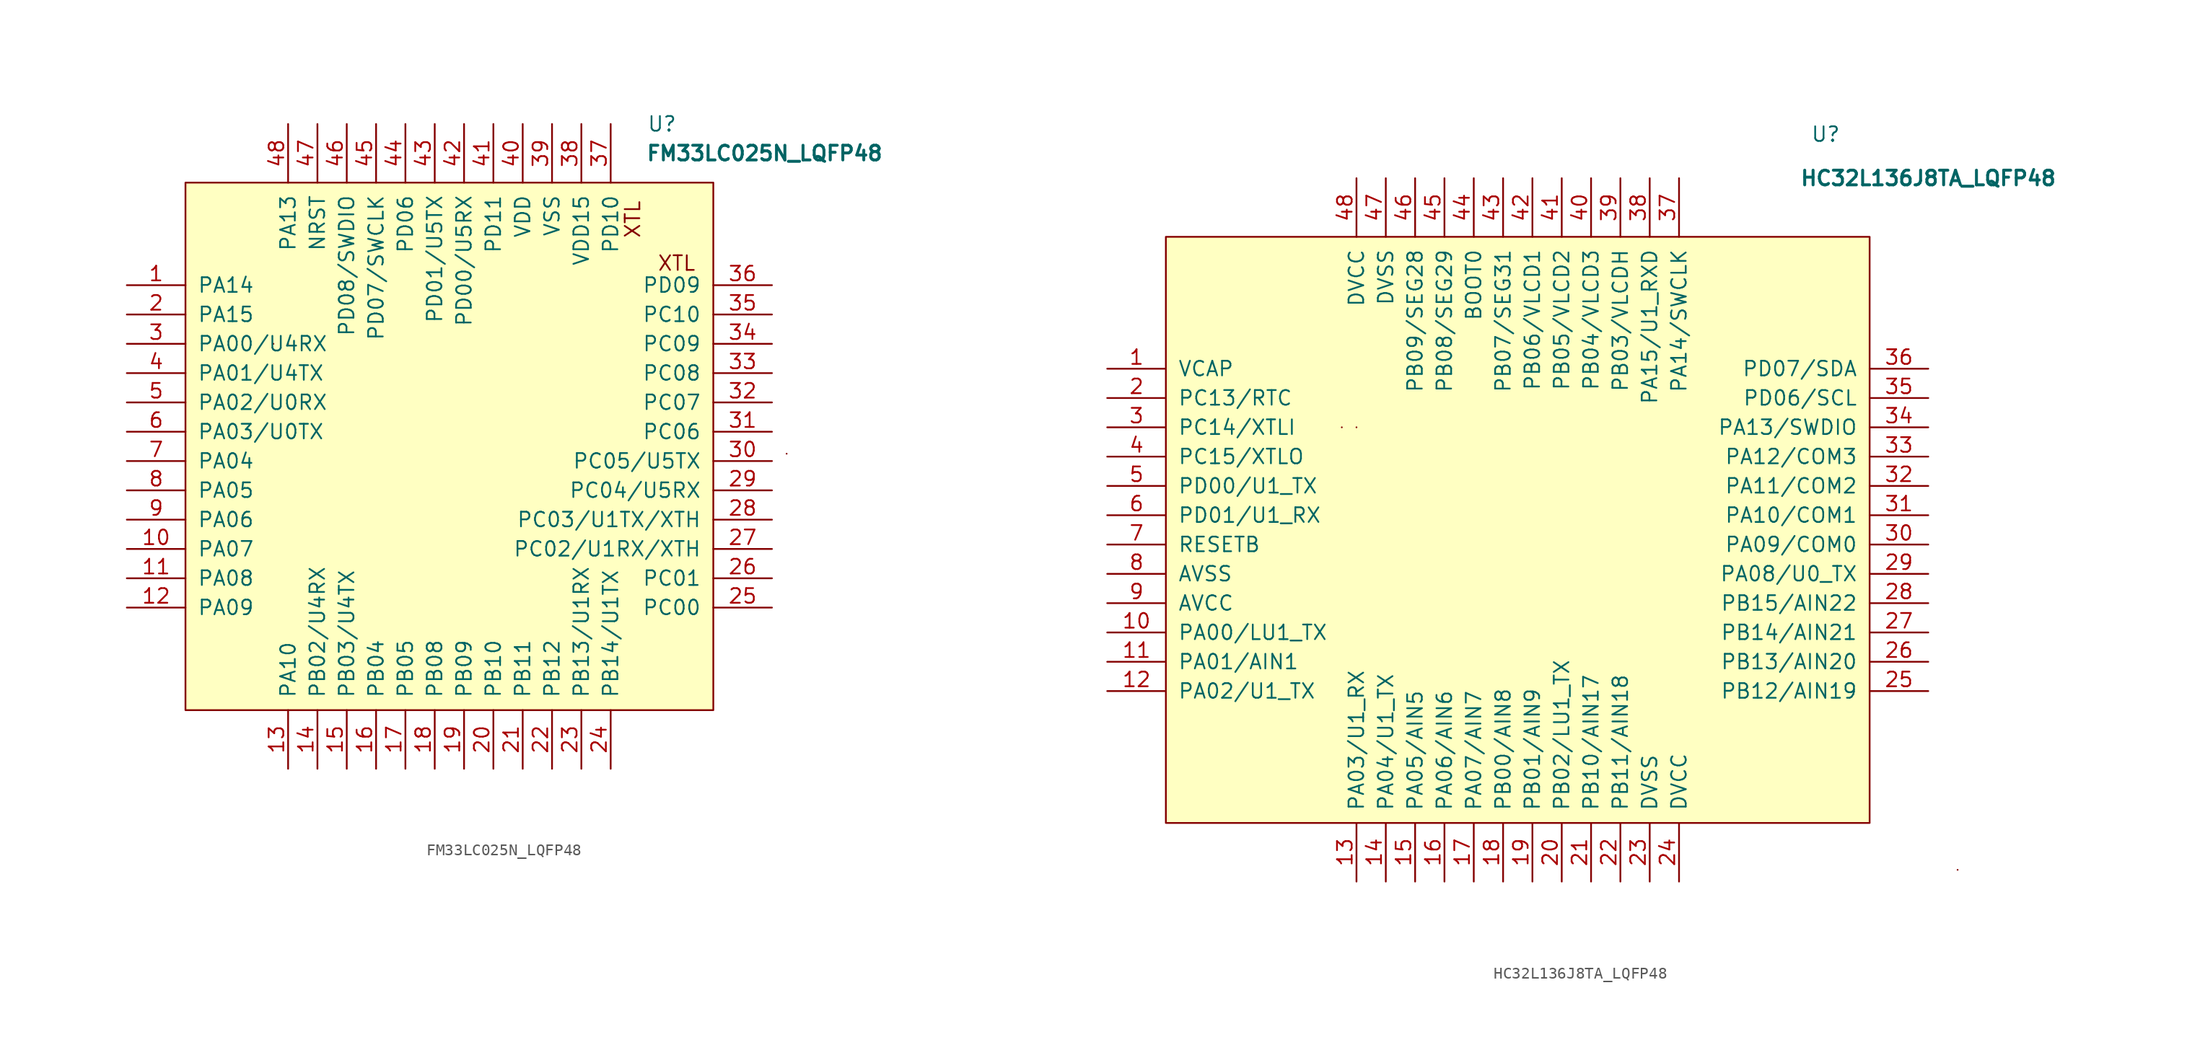
<source format=kicad_sym>
(kicad_symbol_lib
  (version 20211014)
  (generator kicad_symbol_editor)
  (symbol "FM33LC025N_LQFP48"
    (pin_names
      (offset 1.016))
    (property "Reference" "U"
      (at 18.415 27.94 0)
      (effects (font (size 1.27 1.27))))
    (property "Value" "FM33LC025N_LQFP48"
      (at 27.305 25.4 0)
      (effects (font (size 1.27 1.27) bold)))
    (symbol "FM33LC025N_LQFP48_0_0"
      (text "XTL" (at 15.875 19.685 900) (effects (font (size 1.27 1.27))))
      (text "XTL" (at 19.685 15.875 0) (effects (font (size 1.27 1.27)))))
    (symbol "FM33LC025N_LQFP48_0_1"
      (rectangle (start -22.86 22.86) (end 22.86 -22.86) (stroke (width 0) (type default) (color 0 0 0 0)) (fill (type background)))
      (rectangle (start -15.24 8.89) (end -15.24 8.89) (stroke (width 0) (type default) (color 0 0 0 0)) (fill (type background)))
      (rectangle (start -13.97 8.89) (end -13.97 8.89) (stroke (width 0) (type default) (color 0 0 0 0)) (fill (type none)))
      (rectangle (start 29.21 -0.635) (end 29.21 -0.635) (stroke (width 0) (type default) (color 0 0 0 0)) (fill (type none))))
    (symbol "FM33LC025N_LQFP48_1_1"
      (pin bidirectional line (at -27.94 13.97 0) (length 5.08) (name "PA14" (effects (font (size 1.27 1.27)))) (number "1" (effects (font (size 1.27 1.27)))))
      (pin bidirectional line (at -27.94 -8.89 0) (length 5.08) (name "PA07" (effects (font (size 1.27 1.27)))) (number "10" (effects (font (size 1.27 1.27)))))
      (pin bidirectional line (at -27.94 -11.43 0) (length 5.08) (name "PA08" (effects (font (size 1.27 1.27)))) (number "11" (effects (font (size 1.27 1.27)))))
      (pin bidirectional line (at -27.94 -13.97 0) (length 5.08) (name "PA09" (effects (font (size 1.27 1.27)))) (number "12" (effects (font (size 1.27 1.27)))))
      (pin bidirectional line (at -13.97 -27.94 90) (length 5.08) (name "PA10" (effects (font (size 1.27 1.27)))) (number "13" (effects (font (size 1.27 1.27)))))
      (pin bidirectional line (at -11.43 -27.94 90) (length 5.08) (name "PB02/U4RX" (effects (font (size 1.27 1.27)))) (number "14" (effects (font (size 1.27 1.27)))))
      (pin bidirectional line (at -8.89 -27.94 90) (length 5.08) (name "PB03/U4TX" (effects (font (size 1.27 1.27)))) (number "15" (effects (font (size 1.27 1.27)))))
      (pin bidirectional line (at -6.35 -27.94 90) (length 5.08) (name "PB04" (effects (font (size 1.27 1.27)))) (number "16" (effects (font (size 1.27 1.27)))))
      (pin bidirectional line (at -3.81 -27.94 90) (length 5.08) (name "PB05" (effects (font (size 1.27 1.27)))) (number "17" (effects (font (size 1.27 1.27)))))
      (pin bidirectional line (at -1.27 -27.94 90) (length 5.08) (name "PB08" (effects (font (size 1.27 1.27)))) (number "18" (effects (font (size 1.27 1.27)))))
      (pin bidirectional line (at 1.27 -27.94 90) (length 5.08) (name "PB09" (effects (font (size 1.27 1.27)))) (number "19" (effects (font (size 1.27 1.27)))))
      (pin bidirectional line (at -27.94 11.43 0) (length 5.08) (name "PA15" (effects (font (size 1.27 1.27)))) (number "2" (effects (font (size 1.27 1.27)))))
      (pin bidirectional line (at 3.81 -27.94 90) (length 5.08) (name "PB10" (effects (font (size 1.27 1.27)))) (number "20" (effects (font (size 1.27 1.27)))))
      (pin bidirectional line (at 6.35 -27.94 90) (length 5.08) (name "PB11" (effects (font (size 1.27 1.27)))) (number "21" (effects (font (size 1.27 1.27)))))
      (pin bidirectional line (at 8.89 -27.94 90) (length 5.08) (name "PB12" (effects (font (size 1.27 1.27)))) (number "22" (effects (font (size 1.27 1.27)))))
      (pin bidirectional line (at 11.43 -27.94 90) (length 5.08) (name "PB13/U1RX" (effects (font (size 1.27 1.27)))) (number "23" (effects (font (size 1.27 1.27)))))
      (pin bidirectional line (at 13.97 -27.94 90) (length 5.08) (name "PB14/U1TX" (effects (font (size 1.27 1.27)))) (number "24" (effects (font (size 1.27 1.27)))))
      (pin bidirectional line (at 27.94 -13.97 180) (length 5.08) (name "PC00" (effects (font (size 1.27 1.27)))) (number "25" (effects (font (size 1.27 1.27)))))
      (pin bidirectional line (at 27.94 -11.43 180) (length 5.08) (name "PC01" (effects (font (size 1.27 1.27)))) (number "26" (effects (font (size 1.27 1.27)))))
      (pin bidirectional line (at 27.94 -8.89 180) (length 5.08) (name "PC02/U1RX/XTH" (effects (font (size 1.27 1.27)))) (number "27" (effects (font (size 1.27 1.27)))))
      (pin bidirectional line (at 27.94 -6.35 180) (length 5.08) (name "PC03/U1TX/XTH" (effects (font (size 1.27 1.27)))) (number "28" (effects (font (size 1.27 1.27)))))
      (pin bidirectional line (at 27.94 -3.81 180) (length 5.08) (name "PC04/U5RX" (effects (font (size 1.27 1.27)))) (number "29" (effects (font (size 1.27 1.27)))))
      (pin bidirectional line (at -27.94 8.89 0) (length 5.08) (name "PA00/U4RX" (effects (font (size 1.27 1.27)))) (number "3" (effects (font (size 1.27 1.27)))))
      (pin bidirectional line (at 27.94 -1.27 180) (length 5.08) (name "PC05/U5TX" (effects (font (size 1.27 1.27)))) (number "30" (effects (font (size 1.27 1.27)))))
      (pin bidirectional line (at 27.94 1.27 180) (length 5.08) (name "PC06" (effects (font (size 1.27 1.27)))) (number "31" (effects (font (size 1.27 1.27)))))
      (pin bidirectional line (at 27.94 3.81 180) (length 5.08) (name "PC07" (effects (font (size 1.27 1.27)))) (number "32" (effects (font (size 1.27 1.27)))))
      (pin bidirectional line (at 27.94 6.35 180) (length 5.08) (name "PC08" (effects (font (size 1.27 1.27)))) (number "33" (effects (font (size 1.27 1.27)))))
      (pin bidirectional line (at 27.94 8.89 180) (length 5.08) (name "PC09" (effects (font (size 1.27 1.27)))) (number "34" (effects (font (size 1.27 1.27)))))
      (pin bidirectional line (at 27.94 11.43 180) (length 5.08) (name "PC10" (effects (font (size 1.27 1.27)))) (number "35" (effects (font (size 1.27 1.27)))))
      (pin bidirectional line (at 27.94 13.97 180) (length 5.08) (name "PD09" (effects (font (size 1.27 1.27)))) (number "36" (effects (font (size 1.27 1.27)))))
      (pin bidirectional line (at 13.97 27.94 270) (length 5.08) (name "PD10" (effects (font (size 1.27 1.27)))) (number "37" (effects (font (size 1.27 1.27)))))
      (pin passive line (at 11.43 27.94 270) (length 5.08) (name "VDD15" (effects (font (size 1.27 1.27)))) (number "38" (effects (font (size 1.27 1.27)))))
      (pin power_in line (at 8.89 27.94 270) (length 5.08) (name "VSS" (effects (font (size 1.27 1.27)))) (number "39" (effects (font (size 1.27 1.27)))))
      (pin bidirectional line (at -27.94 6.35 0) (length 5.08) (name "PA01/U4TX" (effects (font (size 1.27 1.27)))) (number "4" (effects (font (size 1.27 1.27)))))
      (pin power_in line (at 6.35 27.94 270) (length 5.08) (name "VDD" (effects (font (size 1.27 1.27)))) (number "40" (effects (font (size 1.27 1.27)))))
      (pin bidirectional line (at 3.81 27.94 270) (length 5.08) (name "PD11" (effects (font (size 1.27 1.27)))) (number "41" (effects (font (size 1.27 1.27)))))
      (pin bidirectional line (at 1.27 27.94 270) (length 5.08) (name "PD00/U5RX" (effects (font (size 1.27 1.27)))) (number "42" (effects (font (size 1.27 1.27)))))
      (pin bidirectional line (at -1.27 27.94 270) (length 5.08) (name "PD01/U5TX" (effects (font (size 1.27 1.27)))) (number "43" (effects (font (size 1.27 1.27)))))
      (pin bidirectional line (at -3.81 27.94 270) (length 5.08) (name "PD06" (effects (font (size 1.27 1.27)))) (number "44" (effects (font (size 1.27 1.27)))))
      (pin bidirectional line (at -6.35 27.94 270) (length 5.08) (name "PD07/SWCLK" (effects (font (size 1.27 1.27)))) (number "45" (effects (font (size 1.27 1.27)))))
      (pin bidirectional line (at -8.89 27.94 270) (length 5.08) (name "PD08/SWDIO" (effects (font (size 1.27 1.27)))) (number "46" (effects (font (size 1.27 1.27)))))
      (pin input line (at -11.43 27.94 270) (length 5.08) (name "NRST" (effects (font (size 1.27 1.27)))) (number "47" (effects (font (size 1.27 1.27)))))
      (pin bidirectional line (at -13.97 27.94 270) (length 5.08) (name "PA13" (effects (font (size 1.27 1.27)))) (number "48" (effects (font (size 1.27 1.27)))))
      (pin bidirectional line (at -27.94 3.81 0) (length 5.08) (name "PA02/U0RX" (effects (font (size 1.27 1.27)))) (number "5" (effects (font (size 1.27 1.27)))))
      (pin bidirectional line (at -27.94 1.27 0) (length 5.08) (name "PA03/U0TX" (effects (font (size 1.27 1.27)))) (number "6" (effects (font (size 1.27 1.27)))))
      (pin bidirectional line (at -27.94 -1.27 0) (length 5.08) (name "PA04" (effects (font (size 1.27 1.27)))) (number "7" (effects (font (size 1.27 1.27)))))
      (pin bidirectional line (at -27.94 -3.81 0) (length 5.08) (name "PA05" (effects (font (size 1.27 1.27)))) (number "8" (effects (font (size 1.27 1.27)))))
      (pin bidirectional line (at -27.94 -6.35 0) (length 5.08) (name "PA06" (effects (font (size 1.27 1.27)))) (number "9" (effects (font (size 1.27 1.27)))))))
  (symbol "HC32L136J8TA_LQFP48"
    (pin_names
      (offset 1.016))
    (property "Reference" "U"
      (at 26.67 34.29 0)
      (effects (font (size 1.27 1.27))))
    (property "Value" "HC32L136J8TA_LQFP48"
      (at 35.56 30.48 0)
      (effects (font (size 1.27 1.27) bold)))
    (symbol "HC32L136J8TA_LQFP48_0_1"
      (rectangle (start -30.48 25.4) (end 30.48 -25.4) (stroke (width 0) (type default) (color 0 0 0 0)) (fill (type background)))
      (rectangle (start -15.24 8.89) (end -15.24 8.89) (stroke (width 0) (type default) (color 0 0 0 0)) (fill (type background)))
      (rectangle (start -13.97 8.89) (end -13.97 8.89) (stroke (width 0) (type default) (color 0 0 0 0)) (fill (type none)))
      (rectangle (start 38.1 -29.464) (end 38.1 -29.464) (stroke (width 0) (type default) (color 0 0 0 0)) (fill (type none))))
    (symbol "HC32L136J8TA_LQFP48_1_1"
      (pin input line (at -35.56 13.97 0) (length 5.08) (name "VCAP" (effects (font (size 1.27 1.27)))) (number "1" (effects (font (size 1.27 1.27)))))
      (pin bidirectional line (at -35.56 -8.89 0) (length 5.08) (name "PA00/LU1_TX" (effects (font (size 1.27 1.27)))) (number "10" (effects (font (size 1.27 1.27)))))
      (pin bidirectional line (at -35.56 -11.43 0) (length 5.08) (name "PA01/AIN1" (effects (font (size 1.27 1.27)))) (number "11" (effects (font (size 1.27 1.27)))))
      (pin bidirectional line (at -35.56 -13.97 0) (length 5.08) (name "PA02/U1_TX" (effects (font (size 1.27 1.27)))) (number "12" (effects (font (size 1.27 1.27)))))
      (pin bidirectional line (at -13.97 -30.48 90) (length 5.08) (name "PA03/U1_RX" (effects (font (size 1.27 1.27)))) (number "13" (effects (font (size 1.27 1.27)))))
      (pin bidirectional line (at -11.43 -30.48 90) (length 5.08) (name "PA04/U1_TX" (effects (font (size 1.27 1.27)))) (number "14" (effects (font (size 1.27 1.27)))))
      (pin bidirectional line (at -8.89 -30.48 90) (length 5.08) (name "PA05/AIN5" (effects (font (size 1.27 1.27)))) (number "15" (effects (font (size 1.27 1.27)))))
      (pin bidirectional line (at -6.35 -30.48 90) (length 5.08) (name "PA06/AIN6" (effects (font (size 1.27 1.27)))) (number "16" (effects (font (size 1.27 1.27)))))
      (pin bidirectional line (at -3.81 -30.48 90) (length 5.08) (name "PA07/AIN7" (effects (font (size 1.27 1.27)))) (number "17" (effects (font (size 1.27 1.27)))))
      (pin bidirectional line (at -1.27 -30.48 90) (length 5.08) (name "PB00/AIN8" (effects (font (size 1.27 1.27)))) (number "18" (effects (font (size 1.27 1.27)))))
      (pin bidirectional line (at 1.27 -30.48 90) (length 5.08) (name "PB01/AIN9" (effects (font (size 1.27 1.27)))) (number "19" (effects (font (size 1.27 1.27)))))
      (pin bidirectional line (at -35.56 11.43 0) (length 5.08) (name "PC13/RTC" (effects (font (size 1.27 1.27)))) (number "2" (effects (font (size 1.27 1.27)))))
      (pin bidirectional line (at 3.81 -30.48 90) (length 5.08) (name "PB02/LU1_TX" (effects (font (size 1.27 1.27)))) (number "20" (effects (font (size 1.27 1.27)))))
      (pin bidirectional line (at 6.35 -30.48 90) (length 5.08) (name "PB10/AIN17" (effects (font (size 1.27 1.27)))) (number "21" (effects (font (size 1.27 1.27)))))
      (pin bidirectional line (at 8.89 -30.48 90) (length 5.08) (name "PB11/AIN18" (effects (font (size 1.27 1.27)))) (number "22" (effects (font (size 1.27 1.27)))))
      (pin power_in line (at 11.43 -30.48 90) (length 5.08) (name "DVSS" (effects (font (size 1.27 1.27)))) (number "23" (effects (font (size 1.27 1.27)))))
      (pin power_in line (at 13.97 -30.48 90) (length 5.08) (name "DVCC" (effects (font (size 1.27 1.27)))) (number "24" (effects (font (size 1.27 1.27)))))
      (pin bidirectional line (at 35.56 -13.97 180) (length 5.08) (name "PB12/AIN19" (effects (font (size 1.27 1.27)))) (number "25" (effects (font (size 1.27 1.27)))))
      (pin bidirectional line (at 35.56 -11.43 180) (length 5.08) (name "PB13/AIN20" (effects (font (size 1.27 1.27)))) (number "26" (effects (font (size 1.27 1.27)))))
      (pin bidirectional line (at 35.56 -8.89 180) (length 5.08) (name "PB14/AIN21" (effects (font (size 1.27 1.27)))) (number "27" (effects (font (size 1.27 1.27)))))
      (pin bidirectional line (at 35.56 -6.35 180) (length 5.08) (name "PB15/AIN22" (effects (font (size 1.27 1.27)))) (number "28" (effects (font (size 1.27 1.27)))))
      (pin bidirectional line (at 35.56 -3.81 180) (length 5.08) (name "PA08/U0_TX" (effects (font (size 1.27 1.27)))) (number "29" (effects (font (size 1.27 1.27)))))
      (pin passive line (at -35.56 8.89 0) (length 5.08) (name "PC14/XTLI" (effects (font (size 1.27 1.27)))) (number "3" (effects (font (size 1.27 1.27)))))
      (pin bidirectional line (at 35.56 -1.27 180) (length 5.08) (name "PA09/COM0" (effects (font (size 1.27 1.27)))) (number "30" (effects (font (size 1.27 1.27)))))
      (pin bidirectional line (at 35.56 1.27 180) (length 5.08) (name "PA10/COM1" (effects (font (size 1.27 1.27)))) (number "31" (effects (font (size 1.27 1.27)))))
      (pin bidirectional line (at 35.56 3.81 180) (length 5.08) (name "PA11/COM2" (effects (font (size 1.27 1.27)))) (number "32" (effects (font (size 1.27 1.27)))))
      (pin bidirectional line (at 35.56 6.35 180) (length 5.08) (name "PA12/COM3" (effects (font (size 1.27 1.27)))) (number "33" (effects (font (size 1.27 1.27)))))
      (pin bidirectional line (at 35.56 8.89 180) (length 5.08) (name "PA13/SWDIO" (effects (font (size 1.27 1.27)))) (number "34" (effects (font (size 1.27 1.27)))))
      (pin bidirectional line (at 35.56 11.43 180) (length 5.08) (name "PD06/SCL" (effects (font (size 1.27 1.27)))) (number "35" (effects (font (size 1.27 1.27)))))
      (pin bidirectional line (at 35.56 13.97 180) (length 5.08) (name "PD07/SDA" (effects (font (size 1.27 1.27)))) (number "36" (effects (font (size 1.27 1.27)))))
      (pin bidirectional line (at 13.97 30.48 270) (length 5.08) (name "PA14/SWCLK" (effects (font (size 1.27 1.27)))) (number "37" (effects (font (size 1.27 1.27)))))
      (pin bidirectional line (at 11.43 30.48 270) (length 5.08) (name "PA15/U1_RXD" (effects (font (size 1.27 1.27)))) (number "38" (effects (font (size 1.27 1.27)))))
      (pin bidirectional line (at 8.89 30.48 270) (length 5.08) (name "PB03/VLCDH" (effects (font (size 1.27 1.27)))) (number "39" (effects (font (size 1.27 1.27)))))
      (pin passive line (at -35.56 6.35 0) (length 5.08) (name "PC15/XTLO" (effects (font (size 1.27 1.27)))) (number "4" (effects (font (size 1.27 1.27)))))
      (pin bidirectional line (at 6.35 30.48 270) (length 5.08) (name "PB04/VLCD3" (effects (font (size 1.27 1.27)))) (number "40" (effects (font (size 1.27 1.27)))))
      (pin bidirectional line (at 3.81 30.48 270) (length 5.08) (name "PB05/VLCD2" (effects (font (size 1.27 1.27)))) (number "41" (effects (font (size 1.27 1.27)))))
      (pin bidirectional line (at 1.27 30.48 270) (length 5.08) (name "PB06/VLCD1" (effects (font (size 1.27 1.27)))) (number "42" (effects (font (size 1.27 1.27)))))
      (pin bidirectional line (at -1.27 30.48 270) (length 5.08) (name "PB07/SEG31" (effects (font (size 1.27 1.27)))) (number "43" (effects (font (size 1.27 1.27)))))
      (pin bidirectional line (at -3.81 30.48 270) (length 5.08) (name "BOOT0" (effects (font (size 1.27 1.27)))) (number "44" (effects (font (size 1.27 1.27)))))
      (pin bidirectional line (at -6.35 30.48 270) (length 5.08) (name "PB08/SEG29" (effects (font (size 1.27 1.27)))) (number "45" (effects (font (size 1.27 1.27)))))
      (pin bidirectional line (at -8.89 30.48 270) (length 5.08) (name "PB09/SEG28" (effects (font (size 1.27 1.27)))) (number "46" (effects (font (size 1.27 1.27)))))
      (pin power_in line (at -11.43 30.48 270) (length 5.08) (name "DVSS" (effects (font (size 1.27 1.27)))) (number "47" (effects (font (size 1.27 1.27)))))
      (pin power_in line (at -13.97 30.48 270) (length 5.08) (name "DVCC" (effects (font (size 1.27 1.27)))) (number "48" (effects (font (size 1.27 1.27)))))
      (pin passive line (at -35.56 3.81 0) (length 5.08) (name "PD00/U1_TX" (effects (font (size 1.27 1.27)))) (number "5" (effects (font (size 1.27 1.27)))))
      (pin passive line (at -35.56 1.27 0) (length 5.08) (name "PD01/U1_RX" (effects (font (size 1.27 1.27)))) (number "6" (effects (font (size 1.27 1.27)))))
      (pin input line (at -35.56 -1.27 0) (length 5.08) (name "RESETB" (effects (font (size 1.27 1.27)))) (number "7" (effects (font (size 1.27 1.27)))))
      (pin power_in line (at -35.56 -3.81 0) (length 5.08) (name "AVSS" (effects (font (size 1.27 1.27)))) (number "8" (effects (font (size 1.27 1.27)))))
      (pin power_in line (at -35.56 -6.35 0) (length 5.08) (name "AVCC" (effects (font (size 1.27 1.27)))) (number "9" (effects (font (size 1.27 1.27))))))))
</source>
